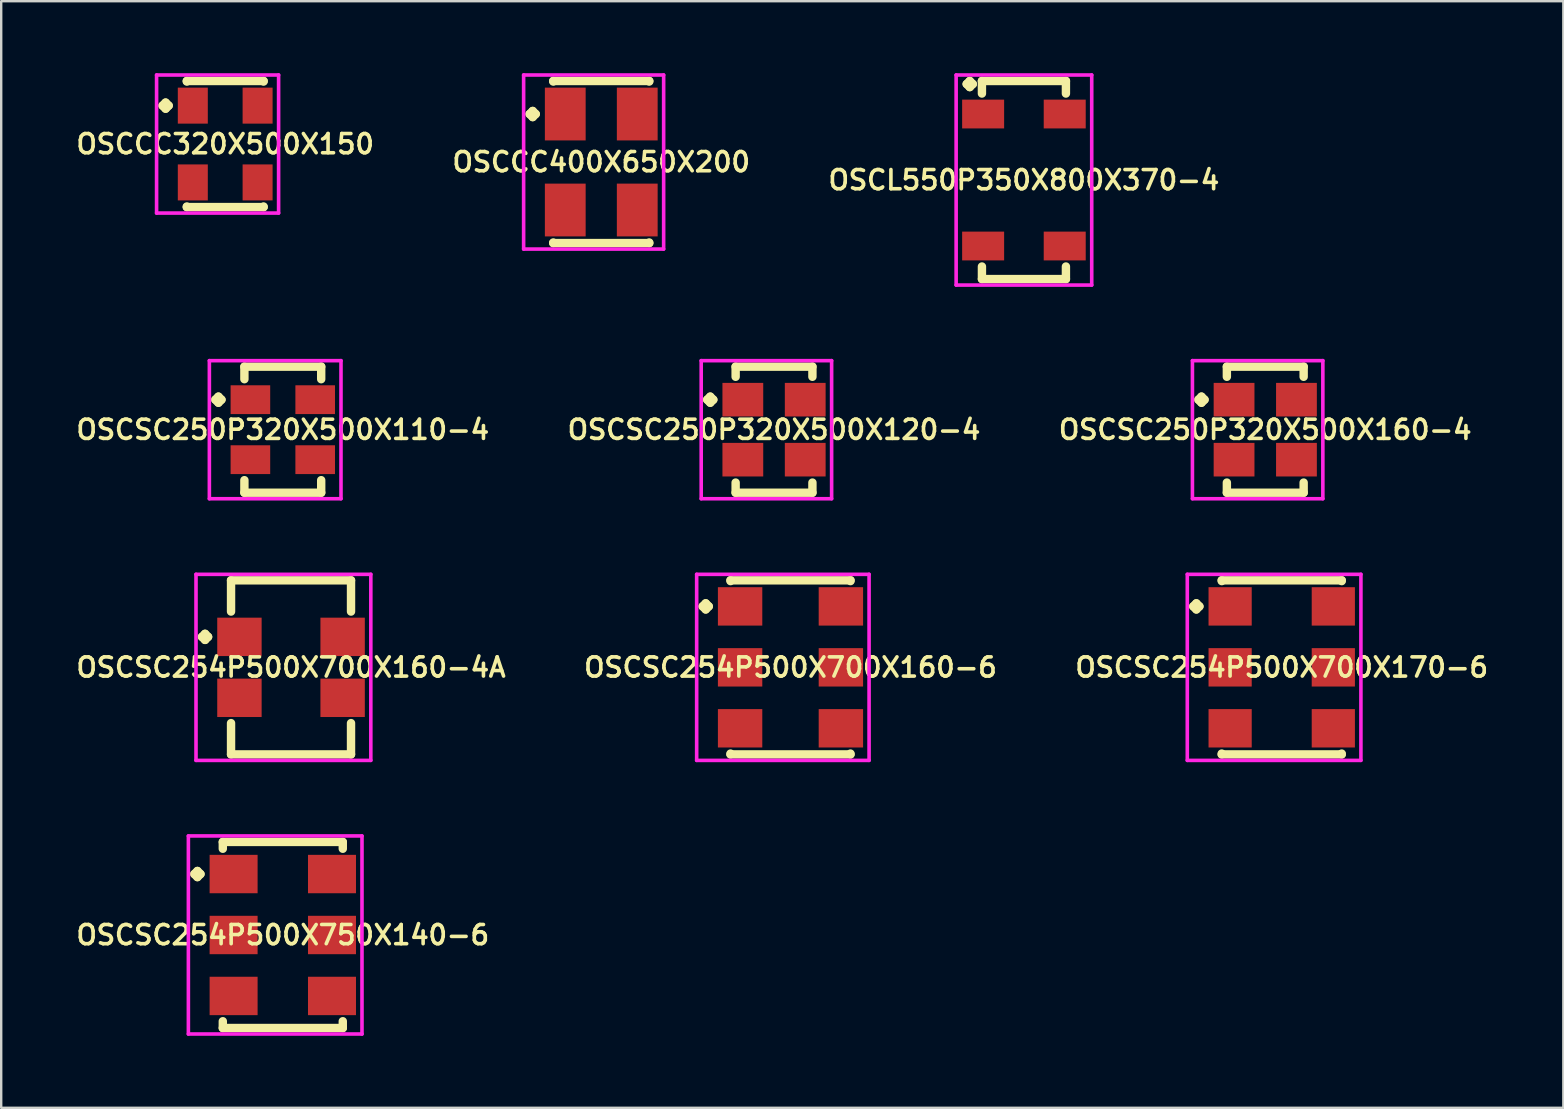
<source format=kicad_pcb>
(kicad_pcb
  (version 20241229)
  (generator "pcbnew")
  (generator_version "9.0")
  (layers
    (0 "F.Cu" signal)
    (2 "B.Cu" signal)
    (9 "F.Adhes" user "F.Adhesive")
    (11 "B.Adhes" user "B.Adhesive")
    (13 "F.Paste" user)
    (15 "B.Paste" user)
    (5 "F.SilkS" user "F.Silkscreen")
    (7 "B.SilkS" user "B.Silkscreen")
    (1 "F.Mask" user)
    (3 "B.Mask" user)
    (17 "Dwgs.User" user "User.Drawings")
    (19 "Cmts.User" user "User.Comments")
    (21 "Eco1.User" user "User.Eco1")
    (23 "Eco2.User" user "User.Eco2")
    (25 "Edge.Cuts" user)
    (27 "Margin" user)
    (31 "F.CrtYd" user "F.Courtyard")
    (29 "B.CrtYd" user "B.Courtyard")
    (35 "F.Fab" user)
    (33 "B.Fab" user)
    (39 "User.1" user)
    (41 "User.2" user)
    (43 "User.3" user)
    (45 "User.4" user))
  (footprint "OSCSC250P320X500X120-4"
    (layer "F.Cu")
    (at 29.206 14.856)
    (property "Reference" "OSCSC250P320X500X120-4" (at 0 0 0) (layer "F.SilkS") (effects (font (size 0.8 0.8) (thickness 0.15))))
    (attr smd)
    (fp_line (start -2.785 -1.25) (end -2.658 -1.377) (stroke (width 0.35) (type solid)) (layer "F.SilkS"))
    (fp_line (start -2.658 -1.377) (end -2.531 -1.25) (stroke (width 0.35) (type solid)) (layer "F.SilkS"))
    (fp_line (start -2.658 -1.123) (end -2.785 -1.25) (stroke (width 0.35) (type solid)) (layer "F.SilkS"))
    (fp_line (start -2.531 -1.25) (end -2.658 -1.123) (stroke (width 0.35) (type solid)) (layer "F.SilkS"))
    (fp_line (start -1.6 -2.627) (end 1.6 -2.627) (stroke (width 0.35) (type solid)) (layer "F.SilkS"))
    (fp_line (start -1.6 -2.204) (end -1.6 -2.627) (stroke (width 0.35) (type solid)) (layer "F.SilkS"))
    (fp_line (start -1.6 2.204) (end -1.6 2.627) (stroke (width 0.35) (type solid)) (layer "F.SilkS"))
    (fp_line (start -1.6 2.627) (end 1.6 2.627) (stroke (width 0.35) (type solid)) (layer "F.SilkS"))
    (fp_line (start 1.6 -2.627) (end 1.6 -2.204) (stroke (width 0.35) (type solid)) (layer "F.SilkS"))
    (fp_line (start 1.6 2.627) (end 1.6 2.204) (stroke (width 0.35) (type solid)) (layer "F.SilkS"))
    (fp_line (start -3.035 -2.877) (end 2.4 -2.877) (stroke (width 0.15) (type solid)) (layer "F.CrtYd"))
    (fp_line (start -3.035 2.877) (end -3.035 -2.877) (stroke (width 0.15) (type solid)) (layer "F.CrtYd"))
    (fp_line (start 2.4 -2.877) (end 2.4 2.877) (stroke (width 0.15) (type solid)) (layer "F.CrtYd"))
    (fp_line (start 2.4 2.877) (end -3.035 2.877) (stroke (width 0.15) (type solid)) (layer "F.CrtYd"))
    (pad "1" smd rect (at -1.3 -1.25) (size 1.7 1.4) (layers "F.Cu" "F.Mask" "F.Paste"))
    (pad "2" smd rect (at -1.3 1.25) (size 1.7 1.4) (layers "F.Cu" "F.Mask" "F.Paste"))
    (pad "3" smd rect (at 1.3 1.25) (size 1.7 1.4) (layers "F.Cu" "F.Mask" "F.Paste"))
    (pad "4" smd rect (at 1.3 -1.25) (size 1.7 1.4) (layers "F.Cu" "F.Mask" "F.Paste")))
  (footprint "OSCCC320X500X150"
    (layer "F.Cu")
    (at 6.335 2.952)
    (property "Reference" "OSCCC320X500X150" (at 0 0 0) (layer "F.SilkS") (effects (font (size 0.8 0.8) (thickness 0.15))))
    (attr smd)
    (fp_line (start -2.61 -1.6) (end -2.483 -1.727) (stroke (width 0.35) (type solid)) (layer "F.SilkS"))
    (fp_line (start -2.483 -1.727) (end -2.356 -1.6) (stroke (width 0.35) (type solid)) (layer "F.SilkS"))
    (fp_line (start -2.483 -1.473) (end -2.61 -1.6) (stroke (width 0.35) (type solid)) (layer "F.SilkS"))
    (fp_line (start -2.356 -1.6) (end -2.483 -1.473) (stroke (width 0.35) (type solid)) (layer "F.SilkS"))
    (fp_line (start -1.6 -2.627) (end 1.6 -2.627) (stroke (width 0.35) (type solid)) (layer "F.SilkS"))
    (fp_line (start -1.6 -2.604) (end -1.6 -2.627) (stroke (width 0.35) (type solid)) (layer "F.SilkS"))
    (fp_line (start -1.6 2.604) (end -1.6 2.627) (stroke (width 0.35) (type solid)) (layer "F.SilkS"))
    (fp_line (start -1.6 2.627) (end 1.6 2.627) (stroke (width 0.35) (type solid)) (layer "F.SilkS"))
    (fp_line (start 1.6 -2.627) (end 1.6 -2.604) (stroke (width 0.35) (type solid)) (layer "F.SilkS"))
    (fp_line (start 1.6 2.627) (end 1.6 2.604) (stroke (width 0.35) (type solid)) (layer "F.SilkS"))
    (fp_line (start -2.86 -2.877) (end 2.225 -2.877) (stroke (width 0.15) (type solid)) (layer "F.CrtYd"))
    (fp_line (start -2.86 2.877) (end -2.86 -2.877) (stroke (width 0.15) (type solid)) (layer "F.CrtYd"))
    (fp_line (start 2.225 -2.877) (end 2.225 2.877) (stroke (width 0.15) (type solid)) (layer "F.CrtYd"))
    (fp_line (start 2.225 2.877) (end -2.86 2.877) (stroke (width 0.15) (type solid)) (layer "F.CrtYd"))
    (pad "1" smd rect (at -1.35 -1.6) (size 1.25 1.5) (layers "F.Cu" "F.Mask" "F.Paste"))
    (pad "2" smd rect (at -1.35 1.6) (size 1.25 1.5) (layers "F.Cu" "F.Mask" "F.Paste"))
    (pad "3" smd rect (at 1.35 1.6) (size 1.25 1.5) (layers "F.Cu" "F.Mask" "F.Paste"))
    (pad "4" smd rect (at 1.35 -1.6) (size 1.25 1.5) (layers "F.Cu" "F.Mask" "F.Paste")))
  (footprint "OSCCC400X650X200"
    (layer "F.Cu")
    (at 22.006 3.702)
    (property "Reference" "OSCCC400X650X200" (at 0 0 0) (layer "F.SilkS") (effects (font (size 0.8 0.8) (thickness 0.15))))
    (attr smd)
    (fp_line (start -2.985 -2) (end -2.858 -2.127) (stroke (width 0.35) (type solid)) (layer "F.SilkS"))
    (fp_line (start -2.858 -2.127) (end -2.731 -2) (stroke (width 0.35) (type solid)) (layer "F.SilkS"))
    (fp_line (start -2.858 -1.873) (end -2.985 -2) (stroke (width 0.35) (type solid)) (layer "F.SilkS"))
    (fp_line (start -2.731 -2) (end -2.858 -1.873) (stroke (width 0.35) (type solid)) (layer "F.SilkS"))
    (fp_line (start -2 -3.377) (end 2 -3.377) (stroke (width 0.35) (type solid)) (layer "F.SilkS"))
    (fp_line (start -2 -3.354) (end -2 -3.377) (stroke (width 0.35) (type solid)) (layer "F.SilkS"))
    (fp_line (start -2 3.354) (end -2 3.377) (stroke (width 0.35) (type solid)) (layer "F.SilkS"))
    (fp_line (start -2 3.377) (end 2 3.377) (stroke (width 0.35) (type solid)) (layer "F.SilkS"))
    (fp_line (start 2 -3.377) (end 2 -3.354) (stroke (width 0.35) (type solid)) (layer "F.SilkS"))
    (fp_line (start 2 3.377) (end 2 3.354) (stroke (width 0.35) (type solid)) (layer "F.SilkS"))
    (fp_line (start -3.235 -3.627) (end 2.6 -3.627) (stroke (width 0.15) (type solid)) (layer "F.CrtYd"))
    (fp_line (start -3.235 3.627) (end -3.235 -3.627) (stroke (width 0.15) (type solid)) (layer "F.CrtYd"))
    (fp_line (start 2.6 -3.627) (end 2.6 3.627) (stroke (width 0.15) (type solid)) (layer "F.CrtYd"))
    (fp_line (start 2.6 3.627) (end -3.235 3.627) (stroke (width 0.15) (type solid)) (layer "F.CrtYd"))
    (pad "1" smd rect (at -1.5 -2) (size 1.7 2.2) (layers "F.Cu" "F.Mask" "F.Paste"))
    (pad "2" smd rect (at -1.5 2) (size 1.7 2.2) (layers "F.Cu" "F.Mask" "F.Paste"))
    (pad "3" smd rect (at 1.5 2) (size 1.7 2.2) (layers "F.Cu" "F.Mask" "F.Paste"))
    (pad "4" smd rect (at 1.5 -2) (size 1.7 2.2) (layers "F.Cu" "F.Mask" "F.Paste")))
  (footprint "OSCSC254P500X700X160-4A"
    (layer "F.Cu")
    (at 9.078 24.76)
    (property "Reference" "OSCSC254P500X700X160-4A" (at 0 0 0) (layer "F.SilkS") (effects (font (size 0.8 0.8) (thickness 0.15))))
    (attr smd)
    (fp_line (start -3.71 -1.27) (end -3.583 -1.397) (stroke (width 0.35) (type solid)) (layer "F.SilkS"))
    (fp_line (start -3.583 -1.397) (end -3.456 -1.27) (stroke (width 0.35) (type solid)) (layer "F.SilkS"))
    (fp_line (start -3.583 -1.143) (end -3.71 -1.27) (stroke (width 0.35) (type solid)) (layer "F.SilkS"))
    (fp_line (start -3.456 -1.27) (end -3.583 -1.143) (stroke (width 0.35) (type solid)) (layer "F.SilkS"))
    (fp_line (start -2.5 -3.627) (end 2.5 -3.627) (stroke (width 0.35) (type solid)) (layer "F.SilkS"))
    (fp_line (start -2.5 -2.324) (end -2.5 -3.627) (stroke (width 0.35) (type solid)) (layer "F.SilkS"))
    (fp_line (start -2.5 2.324) (end -2.5 3.627) (stroke (width 0.35) (type solid)) (layer "F.SilkS"))
    (fp_line (start -2.5 3.627) (end 2.5 3.627) (stroke (width 0.35) (type solid)) (layer "F.SilkS"))
    (fp_line (start 2.5 -3.627) (end 2.5 -2.324) (stroke (width 0.35) (type solid)) (layer "F.SilkS"))
    (fp_line (start 2.5 3.627) (end 2.5 2.324) (stroke (width 0.35) (type solid)) (layer "F.SilkS"))
    (fp_line (start -3.96 -3.877) (end 3.325 -3.877) (stroke (width 0.15) (type solid)) (layer "F.CrtYd"))
    (fp_line (start -3.96 3.877) (end -3.96 -3.877) (stroke (width 0.15) (type solid)) (layer "F.CrtYd"))
    (fp_line (start 3.325 -3.877) (end 3.325 3.877) (stroke (width 0.15) (type solid)) (layer "F.CrtYd"))
    (fp_line (start 3.325 3.877) (end -3.96 3.877) (stroke (width 0.15) (type solid)) (layer "F.CrtYd"))
    (pad "1" smd rect (at -2.15 -1.27) (size 1.85 1.6) (layers "F.Cu" "F.Mask" "F.Paste"))
    (pad "2" smd rect (at -2.15 1.27) (size 1.85 1.6) (layers "F.Cu" "F.Mask" "F.Paste"))
    (pad "3" smd rect (at 2.15 1.27) (size 1.85 1.6) (layers "F.Cu" "F.Mask" "F.Paste"))
    (pad "4" smd rect (at 2.15 -1.27) (size 1.85 1.6) (layers "F.Cu" "F.Mask" "F.Paste")))
  (footprint "OSCSC254P500X700X160-6"
    (layer "F.Cu")
    (at 29.892 24.76)
    (property "Reference" "OSCSC254P500X700X160-6" (at 0 0 0) (layer "F.SilkS") (effects (font (size 0.8 0.8) (thickness 0.15))))
    (attr smd)
    (fp_line (start -3.66 -2.54) (end -3.533 -2.667) (stroke (width 0.35) (type solid)) (layer "F.SilkS"))
    (fp_line (start -3.533 -2.667) (end -3.406 -2.54) (stroke (width 0.35) (type solid)) (layer "F.SilkS"))
    (fp_line (start -3.533 -2.413) (end -3.66 -2.54) (stroke (width 0.35) (type solid)) (layer "F.SilkS"))
    (fp_line (start -3.406 -2.54) (end -3.533 -2.413) (stroke (width 0.35) (type solid)) (layer "F.SilkS"))
    (fp_line (start -2.5 -3.627) (end 2.5 -3.627) (stroke (width 0.35) (type solid)) (layer "F.SilkS"))
    (fp_line (start -2.5 -3.594) (end -2.5 -3.627) (stroke (width 0.35) (type solid)) (layer "F.SilkS"))
    (fp_line (start -2.5 3.594) (end -2.5 3.627) (stroke (width 0.35) (type solid)) (layer "F.SilkS"))
    (fp_line (start -2.5 3.627) (end 2.5 3.627) (stroke (width 0.35) (type solid)) (layer "F.SilkS"))
    (fp_line (start 2.5 -3.627) (end 2.5 -3.594) (stroke (width 0.35) (type solid)) (layer "F.SilkS"))
    (fp_line (start 2.5 3.627) (end 2.5 3.594) (stroke (width 0.35) (type solid)) (layer "F.SilkS"))
    (fp_line (start -3.91 -3.877) (end 3.275 -3.877) (stroke (width 0.15) (type solid)) (layer "F.CrtYd"))
    (fp_line (start -3.91 3.877) (end -3.91 -3.877) (stroke (width 0.15) (type solid)) (layer "F.CrtYd"))
    (fp_line (start 3.275 -3.877) (end 3.275 3.877) (stroke (width 0.15) (type solid)) (layer "F.CrtYd"))
    (fp_line (start 3.275 3.877) (end -3.91 3.877) (stroke (width 0.15) (type solid)) (layer "F.CrtYd"))
    (pad "1" smd rect (at -2.1 -2.54) (size 1.85 1.6) (layers "F.Cu" "F.Mask" "F.Paste"))
    (pad "2" smd rect (at -2.1 0) (size 1.85 1.6) (layers "F.Cu" "F.Mask" "F.Paste"))
    (pad "3" smd rect (at -2.1 2.54) (size 1.85 1.6) (layers "F.Cu" "F.Mask" "F.Paste"))
    (pad "4" smd rect (at 2.1 2.54) (size 1.85 1.6) (layers "F.Cu" "F.Mask" "F.Paste"))
    (pad "5" smd rect (at 2.1 0) (size 1.85 1.6) (layers "F.Cu" "F.Mask" "F.Paste"))
    (pad "6" smd rect (at 2.1 -2.54) (size 1.85 1.6) (layers "F.Cu" "F.Mask" "F.Paste")))
  (footprint "OSCSC250P320X500X160-4"
    (layer "F.Cu")
    (at 49.677 14.856)
    (property "Reference" "OSCSC250P320X500X160-4" (at 0 0 0) (layer "F.SilkS") (effects (font (size 0.8 0.8) (thickness 0.15))))
    (attr smd)
    (fp_line (start -2.785 -1.25) (end -2.658 -1.377) (stroke (width 0.35) (type solid)) (layer "F.SilkS"))
    (fp_line (start -2.658 -1.377) (end -2.531 -1.25) (stroke (width 0.35) (type solid)) (layer "F.SilkS"))
    (fp_line (start -2.658 -1.123) (end -2.785 -1.25) (stroke (width 0.35) (type solid)) (layer "F.SilkS"))
    (fp_line (start -2.531 -1.25) (end -2.658 -1.123) (stroke (width 0.35) (type solid)) (layer "F.SilkS"))
    (fp_line (start -1.6 -2.627) (end 1.6 -2.627) (stroke (width 0.35) (type solid)) (layer "F.SilkS"))
    (fp_line (start -1.6 -2.204) (end -1.6 -2.627) (stroke (width 0.35) (type solid)) (layer "F.SilkS"))
    (fp_line (start -1.6 2.204) (end -1.6 2.627) (stroke (width 0.35) (type solid)) (layer "F.SilkS"))
    (fp_line (start -1.6 2.627) (end 1.6 2.627) (stroke (width 0.35) (type solid)) (layer "F.SilkS"))
    (fp_line (start 1.6 -2.627) (end 1.6 -2.204) (stroke (width 0.35) (type solid)) (layer "F.SilkS"))
    (fp_line (start 1.6 2.627) (end 1.6 2.204) (stroke (width 0.35) (type solid)) (layer "F.SilkS"))
    (fp_line (start -3.035 -2.877) (end 2.4 -2.877) (stroke (width 0.15) (type solid)) (layer "F.CrtYd"))
    (fp_line (start -3.035 2.877) (end -3.035 -2.877) (stroke (width 0.15) (type solid)) (layer "F.CrtYd"))
    (fp_line (start 2.4 -2.877) (end 2.4 2.877) (stroke (width 0.15) (type solid)) (layer "F.CrtYd"))
    (fp_line (start 2.4 2.877) (end -3.035 2.877) (stroke (width 0.15) (type solid)) (layer "F.CrtYd"))
    (pad "1" smd rect (at -1.3 -1.25) (size 1.7 1.4) (layers "F.Cu" "F.Mask" "F.Paste"))
    (pad "2" smd rect (at -1.3 1.25) (size 1.7 1.4) (layers "F.Cu" "F.Mask" "F.Paste"))
    (pad "3" smd rect (at 1.3 1.25) (size 1.7 1.4) (layers "F.Cu" "F.Mask" "F.Paste"))
    (pad "4" smd rect (at 1.3 -1.25) (size 1.7 1.4) (layers "F.Cu" "F.Mask" "F.Paste")))
  (footprint "OSCSC254P500X700X170-6"
    (layer "F.Cu")
    (at 50.363 24.76)
    (property "Reference" "OSCSC254P500X700X170-6" (at 0 0 0) (layer "F.SilkS") (effects (font (size 0.8 0.8) (thickness 0.15))))
    (attr smd)
    (fp_line (start -3.685 -2.54) (end -3.558 -2.667) (stroke (width 0.35) (type solid)) (layer "F.SilkS"))
    (fp_line (start -3.558 -2.667) (end -3.431 -2.54) (stroke (width 0.35) (type solid)) (layer "F.SilkS"))
    (fp_line (start -3.558 -2.413) (end -3.685 -2.54) (stroke (width 0.35) (type solid)) (layer "F.SilkS"))
    (fp_line (start -3.431 -2.54) (end -3.558 -2.413) (stroke (width 0.35) (type solid)) (layer "F.SilkS"))
    (fp_line (start -2.5 -3.627) (end 2.5 -3.627) (stroke (width 0.35) (type solid)) (layer "F.SilkS"))
    (fp_line (start -2.5 -3.594) (end -2.5 -3.627) (stroke (width 0.35) (type solid)) (layer "F.SilkS"))
    (fp_line (start -2.5 3.594) (end -2.5 3.627) (stroke (width 0.35) (type solid)) (layer "F.SilkS"))
    (fp_line (start -2.5 3.627) (end 2.5 3.627) (stroke (width 0.35) (type solid)) (layer "F.SilkS"))
    (fp_line (start 2.5 -3.627) (end 2.5 -3.594) (stroke (width 0.35) (type solid)) (layer "F.SilkS"))
    (fp_line (start 2.5 3.627) (end 2.5 3.594) (stroke (width 0.35) (type solid)) (layer "F.SilkS"))
    (fp_line (start -3.935 -3.877) (end 3.3 -3.877) (stroke (width 0.15) (type solid)) (layer "F.CrtYd"))
    (fp_line (start -3.935 3.877) (end -3.935 -3.877) (stroke (width 0.15) (type solid)) (layer "F.CrtYd"))
    (fp_line (start 3.3 -3.877) (end 3.3 3.877) (stroke (width 0.15) (type solid)) (layer "F.CrtYd"))
    (fp_line (start 3.3 3.877) (end -3.935 3.877) (stroke (width 0.15) (type solid)) (layer "F.CrtYd"))
    (pad "1" smd rect (at -2.15 -2.54) (size 1.8 1.6) (layers "F.Cu" "F.Mask" "F.Paste"))
    (pad "2" smd rect (at -2.15 0) (size 1.8 1.6) (layers "F.Cu" "F.Mask" "F.Paste"))
    (pad "3" smd rect (at -2.15 2.54) (size 1.8 1.6) (layers "F.Cu" "F.Mask" "F.Paste"))
    (pad "4" smd rect (at 2.15 2.54) (size 1.8 1.6) (layers "F.Cu" "F.Mask" "F.Paste"))
    (pad "5" smd rect (at 2.15 0) (size 1.8 1.6) (layers "F.Cu" "F.Mask" "F.Paste"))
    (pad "6" smd rect (at 2.15 -2.54) (size 1.8 1.6) (layers "F.Cu" "F.Mask" "F.Paste")))
  (footprint "OSCSC250P320X500X110-4"
    (layer "F.Cu")
    (at 8.735 14.856)
    (property "Reference" "OSCSC250P320X500X110-4" (at 0 0 0) (layer "F.SilkS") (effects (font (size 0.8 0.8) (thickness 0.15))))
    (attr smd)
    (fp_line (start -2.81 -1.25) (end -2.683 -1.377) (stroke (width 0.35) (type solid)) (layer "F.SilkS"))
    (fp_line (start -2.683 -1.377) (end -2.556 -1.25) (stroke (width 0.35) (type solid)) (layer "F.SilkS"))
    (fp_line (start -2.683 -1.123) (end -2.81 -1.25) (stroke (width 0.35) (type solid)) (layer "F.SilkS"))
    (fp_line (start -2.556 -1.25) (end -2.683 -1.123) (stroke (width 0.35) (type solid)) (layer "F.SilkS"))
    (fp_line (start -1.6 -2.627) (end 1.6 -2.627) (stroke (width 0.35) (type solid)) (layer "F.SilkS"))
    (fp_line (start -1.6 -2.104) (end -1.6 -2.627) (stroke (width 0.35) (type solid)) (layer "F.SilkS"))
    (fp_line (start -1.6 2.104) (end -1.6 2.627) (stroke (width 0.35) (type solid)) (layer "F.SilkS"))
    (fp_line (start -1.6 2.627) (end 1.6 2.627) (stroke (width 0.35) (type solid)) (layer "F.SilkS"))
    (fp_line (start 1.6 -2.627) (end 1.6 -2.104) (stroke (width 0.35) (type solid)) (layer "F.SilkS"))
    (fp_line (start 1.6 2.627) (end 1.6 2.104) (stroke (width 0.35) (type solid)) (layer "F.SilkS"))
    (fp_line (start -3.06 -2.877) (end 2.425 -2.877) (stroke (width 0.15) (type solid)) (layer "F.CrtYd"))
    (fp_line (start -3.06 2.877) (end -3.06 -2.877) (stroke (width 0.15) (type solid)) (layer "F.CrtYd"))
    (fp_line (start 2.425 -2.877) (end 2.425 2.877) (stroke (width 0.15) (type solid)) (layer "F.CrtYd"))
    (fp_line (start 2.425 2.877) (end -3.06 2.877) (stroke (width 0.15) (type solid)) (layer "F.CrtYd"))
    (pad "1" smd rect (at -1.35 -1.25) (size 1.65 1.2) (layers "F.Cu" "F.Mask" "F.Paste"))
    (pad "2" smd rect (at -1.35 1.25) (size 1.65 1.2) (layers "F.Cu" "F.Mask" "F.Paste"))
    (pad "3" smd rect (at 1.35 1.25) (size 1.65 1.2) (layers "F.Cu" "F.Mask" "F.Paste"))
    (pad "4" smd rect (at 1.35 -1.25) (size 1.65 1.2) (layers "F.Cu" "F.Mask" "F.Paste")))
  (footprint "OSCSC254P500X750X140-6"
    (layer "F.Cu")
    (at 8.735 35.914)
    (property "Reference" "OSCSC254P500X750X140-6" (at 0 0 0) (layer "F.SilkS") (effects (font (size 0.8 0.8) (thickness 0.15))))
    (attr smd)
    (fp_line (start -3.685 -2.54) (end -3.558 -2.667) (stroke (width 0.35) (type solid)) (layer "F.SilkS"))
    (fp_line (start -3.558 -2.667) (end -3.431 -2.54) (stroke (width 0.35) (type solid)) (layer "F.SilkS"))
    (fp_line (start -3.558 -2.413) (end -3.685 -2.54) (stroke (width 0.35) (type solid)) (layer "F.SilkS"))
    (fp_line (start -3.431 -2.54) (end -3.558 -2.413) (stroke (width 0.35) (type solid)) (layer "F.SilkS"))
    (fp_line (start -2.5 -3.877) (end 2.5 -3.877) (stroke (width 0.35) (type solid)) (layer "F.SilkS"))
    (fp_line (start -2.5 -3.594) (end -2.5 -3.877) (stroke (width 0.35) (type solid)) (layer "F.SilkS"))
    (fp_line (start -2.5 3.594) (end -2.5 3.877) (stroke (width 0.35) (type solid)) (layer "F.SilkS"))
    (fp_line (start -2.5 3.877) (end 2.5 3.877) (stroke (width 0.35) (type solid)) (layer "F.SilkS"))
    (fp_line (start 2.5 -3.877) (end 2.5 -3.594) (stroke (width 0.35) (type solid)) (layer "F.SilkS"))
    (fp_line (start 2.5 3.877) (end 2.5 3.594) (stroke (width 0.35) (type solid)) (layer "F.SilkS"))
    (fp_line (start -3.935 -4.127) (end 3.3 -4.127) (stroke (width 0.15) (type solid)) (layer "F.CrtYd"))
    (fp_line (start -3.935 4.127) (end -3.935 -4.127) (stroke (width 0.15) (type solid)) (layer "F.CrtYd"))
    (fp_line (start 3.3 -4.127) (end 3.3 4.127) (stroke (width 0.15) (type solid)) (layer "F.CrtYd"))
    (fp_line (start 3.3 4.127) (end -3.935 4.127) (stroke (width 0.15) (type solid)) (layer "F.CrtYd"))
    (pad "1" smd rect (at -2.05 -2.54) (size 2 1.6) (layers "F.Cu" "F.Mask" "F.Paste"))
    (pad "2" smd rect (at -2.05 0) (size 2 1.6) (layers "F.Cu" "F.Mask" "F.Paste"))
    (pad "3" smd rect (at -2.05 2.54) (size 2 1.6) (layers "F.Cu" "F.Mask" "F.Paste"))
    (pad "4" smd rect (at 2.05 2.54) (size 2 1.6) (layers "F.Cu" "F.Mask" "F.Paste"))
    (pad "5" smd rect (at 2.05 0) (size 2 1.6) (layers "F.Cu" "F.Mask" "F.Paste"))
    (pad "6" smd rect (at 2.05 -2.54) (size 2 1.6) (layers "F.Cu" "F.Mask" "F.Paste")))
  (footprint "OSCL550P350X800X370-4"
    (layer "F.Cu")
    (at 39.62 4.452)
    (property "Reference" "OSCL550P350X800X370-4" (at 0 0 0) (layer "F.SilkS") (effects (font (size 0.8 0.8) (thickness 0.15))))
    (attr smd)
    (fp_line (start -2.385 -4) (end -2.258 -4.127) (stroke (width 0.35) (type solid)) (layer "F.SilkS"))
    (fp_line (start -2.258 -4.127) (end -2.131 -4) (stroke (width 0.35) (type solid)) (layer "F.SilkS"))
    (fp_line (start -2.258 -3.873) (end -2.385 -4) (stroke (width 0.35) (type solid)) (layer "F.SilkS"))
    (fp_line (start -2.131 -4) (end -2.258 -3.873) (stroke (width 0.35) (type solid)) (layer "F.SilkS"))
    (fp_line (start -1.75 -4.127) (end 1.75 -4.127) (stroke (width 0.35) (type solid)) (layer "F.SilkS"))
    (fp_line (start -1.75 -3.604) (end -1.75 -4.127) (stroke (width 0.35) (type solid)) (layer "F.SilkS"))
    (fp_line (start -1.75 3.604) (end -1.75 4.127) (stroke (width 0.35) (type solid)) (layer "F.SilkS"))
    (fp_line (start -1.75 4.127) (end 1.75 4.127) (stroke (width 0.35) (type solid)) (layer "F.SilkS"))
    (fp_line (start 1.75 -4.127) (end 1.75 -3.604) (stroke (width 0.35) (type solid)) (layer "F.SilkS"))
    (fp_line (start 1.75 4.127) (end 1.75 3.604) (stroke (width 0.35) (type solid)) (layer "F.SilkS"))
    (fp_line (start -2.825 -4.377) (end 2.825 -4.377) (stroke (width 0.15) (type solid)) (layer "F.CrtYd"))
    (fp_line (start -2.825 4.377) (end -2.825 -4.377) (stroke (width 0.15) (type solid)) (layer "F.CrtYd"))
    (fp_line (start 2.825 -4.377) (end 2.825 4.377) (stroke (width 0.15) (type solid)) (layer "F.CrtYd"))
    (fp_line (start 2.825 4.377) (end -2.825 4.377) (stroke (width 0.15) (type solid)) (layer "F.CrtYd"))
    (pad "1" smd rect (at -1.7 -2.75) (size 1.75 1.2) (layers "F.Cu" "F.Mask" "F.Paste"))
    (pad "2" smd rect (at -1.7 2.75) (size 1.75 1.2) (layers "F.Cu" "F.Mask" "F.Paste"))
    (pad "3" smd rect (at 1.7 2.75) (size 1.75 1.2) (layers "F.Cu" "F.Mask" "F.Paste"))
    (pad "4" smd rect (at 1.7 -2.75) (size 1.75 1.2) (layers "F.Cu" "F.Mask" "F.Paste")))
  (gr_rect
    (start -3 -3)
    (end 62.099 43.116)
    (stroke (width 0.1) (type default))
    (fill no)
    (layer "Edge.Cuts")))
</source>
